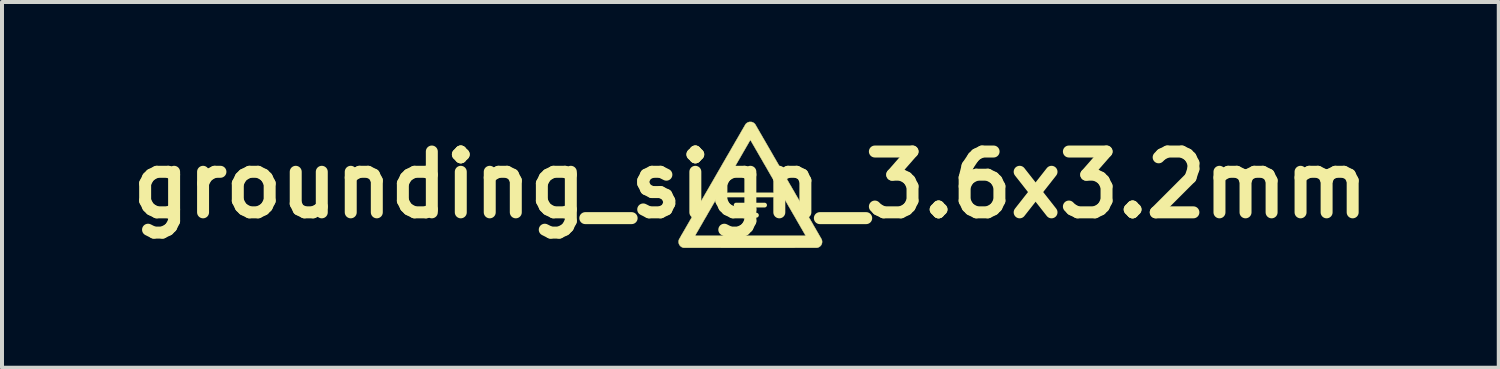
<source format=kicad_pcb>
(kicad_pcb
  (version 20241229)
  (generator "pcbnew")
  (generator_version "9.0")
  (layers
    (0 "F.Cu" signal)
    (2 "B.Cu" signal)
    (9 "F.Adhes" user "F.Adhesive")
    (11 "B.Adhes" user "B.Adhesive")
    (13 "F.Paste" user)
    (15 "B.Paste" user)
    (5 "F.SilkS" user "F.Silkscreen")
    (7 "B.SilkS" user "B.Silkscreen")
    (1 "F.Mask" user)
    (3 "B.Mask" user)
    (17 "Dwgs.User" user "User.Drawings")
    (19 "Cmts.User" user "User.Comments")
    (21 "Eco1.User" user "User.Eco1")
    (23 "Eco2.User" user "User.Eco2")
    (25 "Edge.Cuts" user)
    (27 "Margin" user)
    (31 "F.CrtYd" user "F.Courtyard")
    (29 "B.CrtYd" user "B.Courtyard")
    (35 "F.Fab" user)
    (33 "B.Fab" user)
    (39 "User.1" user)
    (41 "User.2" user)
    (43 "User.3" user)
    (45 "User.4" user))
  (footprint "grounding_sign_3.6x3.2mm"
    (layer "F.Cu")
    (at 15.755 1.582)
    (property "Reference" "grounding_sign_3.6x3.2mm" (at 0 0 0) (layer "F.SilkS") (effects (font (size 1.524 1.524) (thickness 0.3))))
    (attr through_hole)
    (fp_line (start 0 -0.254) (end 0 0.254) (stroke (width 0.12) (type solid)) (layer "F.SilkS"))
    (fp_line (start 0 0.254) (end -0.559 0.254) (stroke (width 0.12) (type solid)) (layer "F.SilkS"))
    (fp_line (start 0 0.254) (end 0.559 0.254) (stroke (width 0.12) (type solid)) (layer "F.SilkS"))
    (fp_line (start 0 0.508) (end -0.356 0.508) (stroke (width 0.12) (type solid)) (layer "F.SilkS"))
    (fp_line (start 0 0.508) (end 0.356 0.508) (stroke (width 0.12) (type solid)) (layer "F.SilkS"))
    (fp_line (start 0 0.762) (end -0.152 0.762) (stroke (width 0.12) (type solid)) (layer "F.SilkS"))
    (fp_line (start 0 0.762) (end 0.152 0.762) (stroke (width 0.12) (type solid)) (layer "F.SilkS"))
    (fp_line (start 0 0.965) (end 0 0.965) (stroke (width 0.12) (type solid)) (layer "F.SilkS"))
    (fp_poly (pts (xy 0.005 -1.577) (xy 0.014 -1.577) (xy 0.021 -1.576) (xy 0.027 -1.576) (xy 0.044 -1.571) (xy 0.061 -1.565) (xy 0.076 -1.557) (xy 0.091 -1.547) (xy 0.104 -1.536) (xy 0.116 -1.523) (xy 0.122 -1.515) (xy 0.122 -1.514) (xy 0.124 -1.511) (xy 0.127 -1.507) (xy 0.13 -1.501) (xy 0.135 -1.493) (xy 0.14 -1.484) (xy 0.147 -1.473) (xy 0.154 -1.46) (xy 0.162 -1.446) (xy 0.171 -1.431) (xy 0.18 -1.414) (xy 0.191 -1.396) (xy 0.202 -1.377) (xy 0.214 -1.356) (xy 0.227 -1.334) (xy 0.24 -1.311) (xy 0.254 -1.286) (xy 0.269 -1.261) (xy 0.285 -1.234) (xy 0.301 -1.206) (xy 0.317 -1.177) (xy 0.335 -1.148) (xy 0.352 -1.117) (xy 0.371 -1.085) (xy 0.39 -1.052) (xy 0.409 -1.019) (xy 0.429 -0.985) (xy 0.449 -0.949) (xy 0.47 -0.914) (xy 0.491 -0.877) (xy 0.513 -0.84) (xy 0.534 -0.802) (xy 0.557 -0.763) (xy 0.579 -0.724) (xy 0.602 -0.684) (xy 0.626 -0.644) (xy 0.649 -0.603) (xy 0.673 -0.562) (xy 0.697 -0.521) (xy 0.721 -0.479) (xy 0.745 -0.436) (xy 0.77 -0.394) (xy 0.795 -0.351) (xy 0.82 -0.308) (xy 0.845 -0.265) (xy 0.87 -0.221) (xy 0.895 -0.178) (xy 0.92 -0.134) (xy 0.945 -0.091) (xy 0.97 -0.047) (xy 0.995 -0.003) (xy 1.021 0.04) (xy 1.046 0.084) (xy 1.071 0.127) (xy 1.096 0.17) (xy 1.12 0.213) (xy 1.145 0.256) (xy 1.17 0.298) (xy 1.194 0.34) (xy 1.218 0.382) (xy 1.242 0.423) (xy 1.266 0.464) (xy 1.289 0.505) (xy 1.312 0.545) (xy 1.335 0.585) (xy 1.357 0.624) (xy 1.379 0.662) (xy 1.401 0.7) (xy 1.423 0.737) (xy 1.444 0.773) (xy 1.464 0.809) (xy 1.484 0.844) (xy 1.504 0.878) (xy 1.523 0.911) (xy 1.542 0.943) (xy 1.56 0.975) (xy 1.577 1.005) (xy 1.594 1.035) (xy 1.611 1.063) (xy 1.627 1.09) (xy 1.642 1.117) (xy 1.656 1.142) (xy 1.67 1.166) (xy 1.683 1.189) (xy 1.696 1.21) (xy 1.707 1.23) (xy 1.718 1.249) (xy 1.728 1.267) (xy 1.738 1.283) (xy 1.746 1.298) (xy 1.754 1.311) (xy 1.761 1.323) (xy 1.767 1.334) (xy 1.772 1.343) (xy 1.776 1.35) (xy 1.779 1.355) (xy 1.781 1.359) (xy 1.783 1.361) (xy 1.783 1.362) (xy 1.789 1.377) (xy 1.794 1.393) (xy 1.797 1.41) (xy 1.798 1.426) (xy 1.797 1.443) (xy 1.795 1.459) (xy 1.79 1.476) (xy 1.784 1.491) (xy 1.776 1.506) (xy 1.769 1.518) (xy 1.763 1.524) (xy 1.757 1.531) (xy 1.749 1.538) (xy 1.742 1.545) (xy 1.735 1.55) (xy 1.733 1.552) (xy 1.719 1.56) (xy 1.705 1.566) (xy 1.69 1.572) (xy 1.678 1.575) (xy 1.668 1.577) (xy 0.004 1.578) (xy -0.06 1.578) (xy -0.123 1.578) (xy -0.185 1.578) (xy -0.246 1.578) (xy -0.307 1.578) (xy -0.366 1.578) (xy -0.425 1.578) (xy -0.482 1.578) (xy -0.539 1.578) (xy -0.594 1.578) (xy -0.649 1.578) (xy -0.702 1.578) (xy -0.754 1.577) (xy -0.805 1.577) (xy -0.855 1.577) (xy -0.904 1.577) (xy -0.951 1.577) (xy -0.997 1.577) (xy -1.042 1.577) (xy -1.086 1.577) (xy -1.128 1.577) (xy -1.169 1.577) (xy -1.208 1.577) (xy -1.246 1.577) (xy -1.283 1.577) (xy -1.318 1.577) (xy -1.351 1.577) (xy -1.383 1.577) (xy -1.414 1.577) (xy -1.443 1.577) (xy -1.47 1.577) (xy -1.496 1.577) (xy -1.52 1.577) (xy -1.542 1.577) (xy -1.562 1.577) (xy -1.581 1.577) (xy -1.598 1.577) (xy -1.613 1.577) (xy -1.627 1.577) (xy -1.638 1.577) (xy -1.648 1.577) (xy -1.655 1.577) (xy -1.661 1.577) (xy -1.665 1.577) (xy -1.667 1.577) (xy -1.667 1.577) (xy -1.684 1.574) (xy -1.7 1.568) (xy -1.716 1.562) (xy -1.731 1.553) (xy -1.745 1.542) (xy -1.754 1.534) (xy -1.766 1.521) (xy -1.775 1.507) (xy -1.784 1.493) (xy -1.79 1.477) (xy -1.793 1.466) (xy -1.797 1.448) (xy -1.798 1.431) (xy -1.798 1.414) (xy -1.795 1.397) (xy -1.791 1.381) (xy -1.785 1.365) (xy -1.783 1.362) (xy -1.782 1.361) (xy -1.78 1.358) (xy -1.778 1.353) (xy -1.774 1.346) (xy -1.769 1.338) (xy -1.764 1.329) (xy -1.758 1.318) (xy -1.75 1.305) (xy -1.742 1.291) (xy -1.734 1.276) (xy -1.387 1.276) (xy -1.387 1.276) (xy -1.387 1.277) (xy -1.387 1.277) (xy -1.386 1.277) (xy -1.386 1.277) (xy -1.385 1.277) (xy -1.383 1.277) (xy -1.382 1.277) (xy -1.379 1.277) (xy -1.377 1.277) (xy -1.374 1.277) (xy -1.371 1.277) (xy -1.367 1.277) (xy -1.363 1.277) (xy -1.358 1.277) (xy -1.352 1.277) (xy -1.346 1.277) (xy -1.34 1.278) (xy -1.332 1.278) (xy -1.324 1.278) (xy -1.315 1.278) (xy -1.306 1.278) (xy -1.295 1.278) (xy -1.284 1.278) (xy -1.272 1.278) (xy -1.259 1.278) (xy -1.245 1.278) (xy -1.23 1.278) (xy -1.214 1.278) (xy -1.197 1.278) (xy -1.179 1.278) (xy -1.16 1.278) (xy -1.14 1.278) (xy -1.119 1.278) (xy -1.096 1.278) (xy -1.072 1.278) (xy -1.047 1.278) (xy -1.021 1.278) (xy -0.994 1.278) (xy -0.965 1.278) (xy -0.934 1.278) (xy -0.903 1.278) (xy -0.87 1.278) (xy -0.835 1.278) (xy -0.799 1.278) (xy -0.761 1.278) (xy -0.722 1.278) (xy -0.681 1.278) (xy -0.639 1.278) (xy -0.595 1.278) (xy -0.549 1.278) (xy -0.502 1.278) (xy -0.453 1.278) (xy -0.402 1.278) (xy -0.349 1.278) (xy -0.294 1.278) (xy -0.237 1.278) (xy -0.179 1.278) (xy -0.119 1.278) (xy -0.056 1.278) (xy 0.064 1.278) (xy 0.126 1.278) (xy 0.186 1.278) (xy 0.245 1.278) (xy 0.301 1.278) (xy 0.355 1.278) (xy 0.408 1.278) (xy 0.459 1.278) (xy 0.508 1.278) (xy 0.555 1.278) (xy 0.6 1.278) (xy 0.644 1.278) (xy 0.687 1.278) (xy 0.727 1.278) (xy 0.766 1.278) (xy 0.804 1.278) (xy 0.839 1.278) (xy 0.874 1.278) (xy 0.907 1.278) (xy 0.938 1.278) (xy 0.968 1.278) (xy 0.997 1.278) (xy 1.025 1.278) (xy 1.051 1.278) (xy 1.075 1.278) (xy 1.099 1.278) (xy 1.121 1.278) (xy 1.143 1.278) (xy 1.163 1.278) (xy 1.182 1.278) (xy 1.199 1.278) (xy 1.216 1.278) (xy 1.232 1.278) (xy 1.247 1.278) (xy 1.261 1.278) (xy 1.274 1.278) (xy 1.286 1.278) (xy 1.297 1.278) (xy 1.307 1.278) (xy 1.317 1.278) (xy 1.325 1.278) (xy 1.333 1.278) (xy 1.341 1.278) (xy 1.347 1.277) (xy 1.353 1.277) (xy 1.359 1.277) (xy 1.363 1.277) (xy 1.368 1.277) (xy 1.371 1.277) (xy 1.375 1.277) (xy 1.377 1.277) (xy 1.38 1.277) (xy 1.382 1.277) (xy 1.383 1.277) (xy 1.385 1.277) (xy 1.386 1.277) (xy 1.386 1.277) (xy 1.387 1.277) (xy 1.387 1.277) (xy 1.387 1.276) (xy 1.387 1.276) (xy 1.387 1.275) (xy 1.385 1.273) (xy 1.383 1.268) (xy 1.379 1.262) (xy 1.375 1.255) (xy 1.37 1.246) (xy 1.364 1.235) (xy 1.357 1.223) (xy 1.349 1.209) (xy 1.34 1.194) (xy 1.331 1.177) (xy 1.32 1.16) (xy 1.309 1.141) (xy 1.298 1.12) (xy 1.285 1.099) (xy 1.272 1.076) (xy 1.258 1.052) (xy 1.244 1.027) (xy 1.229 1.002) (xy 1.214 0.975) (xy 1.197 0.947) (xy 1.181 0.918) (xy 1.163 0.888) (xy 1.146 0.857) (xy 1.128 0.826) (xy 1.109 0.793) (xy 1.09 0.76) (xy 1.07 0.727) (xy 1.051 0.692) (xy 1.03 0.657) (xy 1.01 0.622) (xy 0.989 0.585) (xy 0.968 0.549) (xy 0.946 0.512) (xy 0.925 0.474) (xy 0.903 0.436) (xy 0.881 0.398) (xy 0.858 0.359) (xy 0.836 0.32) (xy 0.813 0.281) (xy 0.79 0.241) (xy 0.768 0.202) (xy 0.745 0.162) (xy 0.722 0.122) (xy 0.699 0.083) (xy 0.676 0.043) (xy 0.653 0.003) (xy 0.63 -0.037) (xy 0.607 -0.076) (xy 0.584 -0.116) (xy 0.561 -0.155) (xy 0.539 -0.194) (xy 0.516 -0.233) (xy 0.494 -0.271) (xy 0.472 -0.31) (xy 0.45 -0.347) (xy 0.429 -0.385) (xy 0.408 -0.422) (xy 0.387 -0.458) (xy 0.366 -0.494) (xy 0.345 -0.529) (xy 0.325 -0.564) (xy 0.306 -0.598) (xy 0.287 -0.631) (xy 0.268 -0.664) (xy 0.249 -0.695) (xy 0.232 -0.726) (xy 0.214 -0.757) (xy 0.197 -0.786) (xy 0.181 -0.814) (xy 0.165 -0.842) (xy 0.15 -0.868) (xy 0.135 -0.893) (xy 0.121 -0.918) (xy 0.108 -0.941) (xy 0.095 -0.963) (xy 0.083 -0.983) (xy 0.072 -1.003) (xy 0.061 -1.021) (xy 0.051 -1.038) (xy 0.042 -1.054) (xy 0.034 -1.068) (xy 0.027 -1.081) (xy 0.02 -1.092) (xy 0.015 -1.102) (xy 0.01 -1.11) (xy 0.006 -1.117) (xy 0.003 -1.122) (xy 0.001 -1.125) (xy 0.00011 -1.127) (xy -0.000002 -1.127) (xy -0.001 -1.126) (xy -0.002 -1.123) (xy -0.005 -1.119) (xy -0.008 -1.113) (xy -0.012 -1.106) (xy -0.018 -1.097) (xy -0.024 -1.086) (xy -0.031 -1.074) (xy -0.039 -1.06) (xy -0.047 -1.045) (xy -0.057 -1.029) (xy -0.067 -1.011) (xy -0.078 -0.992) (xy -0.09 -0.972) (xy -0.102 -0.951) (xy -0.115 -0.928) (xy -0.129 -0.904) (xy -0.143 -0.879) (xy -0.158 -0.854) (xy -0.174 -0.827) (xy -0.19 -0.799) (xy -0.206 -0.77) (xy -0.224 -0.74) (xy -0.241 -0.71) (xy -0.259 -0.678) (xy -0.278 -0.646) (xy -0.297 -0.613) (xy -0.317 -0.579) (xy -0.336 -0.545) (xy -0.357 -0.51) (xy -0.377 -0.474) (xy -0.398 -0.438) (xy -0.419 -0.401) (xy -0.441 -0.364) (xy -0.462 -0.327) (xy -0.484 -0.289) (xy -0.506 -0.25) (xy -0.529 -0.212) (xy -0.551 -0.173) (xy -0.574 -0.134) (xy -0.597 -0.094) (xy -0.619 -0.055) (xy -0.642 -0.015) (xy -0.665 0.025) (xy -0.688 0.065) (xy -0.711 0.104) (xy -0.734 0.144) (xy -0.757 0.184) (xy -0.78 0.224) (xy -0.803 0.263) (xy -0.826 0.302) (xy -0.848 0.341) (xy -0.871 0.38) (xy -0.893 0.419) (xy -0.915 0.457) (xy -0.937 0.495) (xy -0.958 0.532) (xy -0.979 0.569) (xy -1 0.605) (xy -1.021 0.641) (xy -1.042 0.677) (xy -1.062 0.711) (xy -1.081 0.745) (xy -1.1 0.779) (xy -1.119 0.811) (xy -1.138 0.843) (xy -1.156 0.874) (xy -1.173 0.904) (xy -1.19 0.934) (xy -1.206 0.962) (xy -1.222 0.99) (xy -1.237 1.016) (xy -1.252 1.041) (xy -1.266 1.066) (xy -1.279 1.089) (xy -1.292 1.111) (xy -1.304 1.132) (xy -1.315 1.151) (xy -1.326 1.17) (xy -1.336 1.187) (xy -1.345 1.202) (xy -1.353 1.217) (xy -1.361 1.229) (xy -1.367 1.241) (xy -1.373 1.251) (xy -1.378 1.259) (xy -1.381 1.266) (xy -1.384 1.271) (xy -1.386 1.274) (xy -1.387 1.276) (xy -1.387 1.276) (xy -1.734 1.276) (xy -1.733 1.275) (xy -1.723 1.258) (xy -1.713 1.24) (xy -1.702 1.22) (xy -1.69 1.2) (xy -1.677 1.177) (xy -1.663 1.154) (xy -1.649 1.129) (xy -1.634 1.104) (xy -1.619 1.077) (xy -1.603 1.049) (xy -1.586 1.02) (xy -1.569 0.99) (xy -1.551 0.959) (xy -1.532 0.927) (xy -1.514 0.894) (xy -1.494 0.861) (xy -1.474 0.826) (xy -1.454 0.791) (xy -1.433 0.755) (xy -1.412 0.718) (xy -1.39 0.681) (xy -1.368 0.643) (xy -1.346 0.604) (xy -1.323 0.565) (xy -1.3 0.525) (xy -1.277 0.485) (xy -1.254 0.444) (xy -1.23 0.403) (xy -1.206 0.361) (xy -1.182 0.319) (xy -1.157 0.277) (xy -1.133 0.234) (xy -1.108 0.191) (xy -1.083 0.148) (xy -1.058 0.105) (xy -1.033 0.062) (xy -1.008 0.018) (xy -0.983 -0.025) (xy -0.957 -0.069) (xy -0.932 -0.113) (xy -0.907 -0.156) (xy -0.882 -0.2) (xy -0.857 -0.243) (xy -0.832 -0.287) (xy -0.807 -0.33) (xy -0.782 -0.373) (xy -0.757 -0.416) (xy -0.733 -0.458) (xy -0.709 -0.5) (xy -0.685 -0.542) (xy -0.661 -0.583) (xy -0.637 -0.624) (xy -0.614 -0.665) (xy -0.591 -0.705) (xy -0.568 -0.744) (xy -0.545 -0.783) (xy -0.523 -0.821) (xy -0.501 -0.859) (xy -0.48 -0.896) (xy -0.459 -0.932) (xy -0.439 -0.968) (xy -0.418 -1.002) (xy -0.399 -1.036) (xy -0.38 -1.07) (xy -0.361 -1.102) (xy -0.343 -1.133) (xy -0.325 -1.163) (xy -0.308 -1.193) (xy -0.292 -1.221) (xy -0.276 -1.248) (xy -0.261 -1.274) (xy -0.247 -1.299) (xy -0.233 -1.323) (xy -0.22 -1.346) (xy -0.208 -1.367) (xy -0.196 -1.387) (xy -0.185 -1.406) (xy -0.175 -1.424) (xy -0.166 -1.44) (xy -0.157 -1.454) (xy -0.149 -1.468) (xy -0.143 -1.479) (xy -0.137 -1.489) (xy -0.132 -1.498) (xy -0.128 -1.505) (xy -0.125 -1.51) (xy -0.122 -1.514) (xy -0.121 -1.516) (xy -0.121 -1.516) (xy -0.111 -1.529) (xy -0.099 -1.54) (xy -0.086 -1.55) (xy -0.072 -1.559) (xy -0.056 -1.567) (xy -0.04 -1.572) (xy -0.027 -1.576) (xy -0.02 -1.576) (xy -0.013 -1.577) (xy -0.004 -1.577) (xy 0.005 -1.577)) (stroke (width 0.01) (type solid)) (fill yes) (layer "F.SilkS")))
  (gr_rect
    (start -3 -3)
    (end 34.511 6.165)
    (stroke (width 0.1) (type default))
    (fill no)
    (layer "Edge.Cuts")))
</source>
